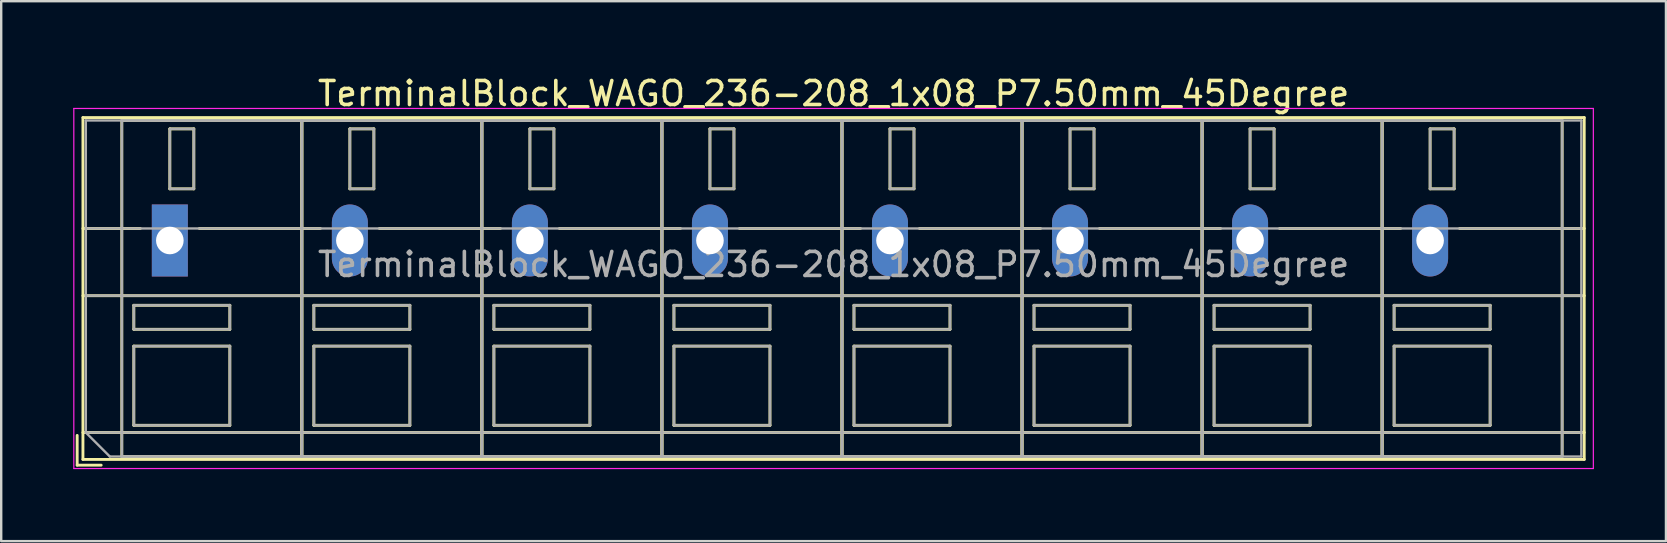
<source format=kicad_pcb>
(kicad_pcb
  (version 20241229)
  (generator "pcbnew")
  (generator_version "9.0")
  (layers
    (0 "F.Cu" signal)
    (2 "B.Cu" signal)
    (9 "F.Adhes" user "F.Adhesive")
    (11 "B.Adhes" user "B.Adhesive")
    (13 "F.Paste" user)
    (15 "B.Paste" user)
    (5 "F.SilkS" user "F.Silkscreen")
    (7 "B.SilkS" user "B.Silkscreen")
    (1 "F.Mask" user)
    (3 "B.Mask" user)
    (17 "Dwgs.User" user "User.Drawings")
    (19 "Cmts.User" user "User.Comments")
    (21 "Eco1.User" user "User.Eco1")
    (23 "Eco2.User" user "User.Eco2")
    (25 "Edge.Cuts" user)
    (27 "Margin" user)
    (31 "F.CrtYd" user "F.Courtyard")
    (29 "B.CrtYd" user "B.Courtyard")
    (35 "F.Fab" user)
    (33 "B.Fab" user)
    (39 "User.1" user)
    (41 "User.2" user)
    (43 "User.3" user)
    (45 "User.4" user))
  (footprint "TerminalBlock_WAGO_236-208_1x08_P7.50mm_45Degree"
    (layer "F.Cu")
    (at 4.025 6.968)
    (property "Reference" "TerminalBlock_WAGO_236-208_1x08_P7.50mm_45Degree" (at 27.65 -6.12 0) (layer "F.SilkS") (effects (font (size 1 1) (thickness 0.15))))
    (attr through_hole)
    (fp_line (start -3.86 8.12) (end -3.86 9.36) (stroke (width 0.12) (type solid)) (layer "F.SilkS"))
    (fp_line (start -3.86 9.36) (end -2.86 9.36) (stroke (width 0.12) (type solid)) (layer "F.SilkS"))
    (fp_line (start -3.62 -5.12) (end -3.62 9.12) (stroke (width 0.12) (type solid)) (layer "F.SilkS"))
    (fp_line (start -3.62 -5.12) (end 58.92 -5.12) (stroke (width 0.12) (type solid)) (layer "F.SilkS"))
    (fp_line (start -3.62 -0.5) (end -1.23 -0.5) (stroke (width 0.12) (type solid)) (layer "F.SilkS"))
    (fp_line (start -3.62 2.3) (end 58.92 2.3) (stroke (width 0.12) (type solid)) (layer "F.SilkS"))
    (fp_line (start -3.62 8) (end 58.92 8) (stroke (width 0.12) (type solid)) (layer "F.SilkS"))
    (fp_line (start -3.62 9.12) (end 58.92 9.12) (stroke (width 0.12) (type solid)) (layer "F.SilkS"))
    (fp_line (start -2 -5) (end -2 9) (stroke (width 0.12) (type solid)) (layer "F.SilkS"))
    (fp_line (start -2 -5) (end 5.5 -5) (stroke (width 0.12) (type solid)) (layer "F.SilkS"))
    (fp_line (start -2 9) (end 5.5 9) (stroke (width 0.12) (type solid)) (layer "F.SilkS"))
    (fp_line (start -1.5 2.7) (end -1.5 3.7) (stroke (width 0.12) (type solid)) (layer "F.SilkS"))
    (fp_line (start -1.5 2.7) (end 2.5 2.7) (stroke (width 0.12) (type solid)) (layer "F.SilkS"))
    (fp_line (start -1.5 3.7) (end 2.5 3.7) (stroke (width 0.12) (type solid)) (layer "F.SilkS"))
    (fp_line (start -1.5 4.4) (end -1.5 7.7) (stroke (width 0.12) (type solid)) (layer "F.SilkS"))
    (fp_line (start -1.5 4.4) (end 2.5 4.4) (stroke (width 0.12) (type solid)) (layer "F.SilkS"))
    (fp_line (start -1.5 7.7) (end 2.5 7.7) (stroke (width 0.12) (type solid)) (layer "F.SilkS"))
    (fp_line (start 0 -4.65) (end 0 -2.151) (stroke (width 0.12) (type solid)) (layer "F.SilkS"))
    (fp_line (start 0 -4.65) (end 1 -4.65) (stroke (width 0.12) (type solid)) (layer "F.SilkS"))
    (fp_line (start 0 -2.151) (end 1 -2.151) (stroke (width 0.12) (type solid)) (layer "F.SilkS"))
    (fp_line (start 1 -4.65) (end 1 -2.151) (stroke (width 0.12) (type solid)) (layer "F.SilkS"))
    (fp_line (start 1.23 -0.5) (end 6.27 -0.5) (stroke (width 0.12) (type solid)) (layer "F.SilkS"))
    (fp_line (start 2.5 2.7) (end 2.5 3.7) (stroke (width 0.12) (type solid)) (layer "F.SilkS"))
    (fp_line (start 2.5 4.4) (end 2.5 7.7) (stroke (width 0.12) (type solid)) (layer "F.SilkS"))
    (fp_line (start 5.5 -5) (end 5.5 9) (stroke (width 0.12) (type solid)) (layer "F.SilkS"))
    (fp_line (start 5.5 -5) (end 5.5 9) (stroke (width 0.12) (type solid)) (layer "F.SilkS"))
    (fp_line (start 5.5 -5) (end 13 -5) (stroke (width 0.12) (type solid)) (layer "F.SilkS"))
    (fp_line (start 5.5 9) (end 13 9) (stroke (width 0.12) (type solid)) (layer "F.SilkS"))
    (fp_line (start 6 2.7) (end 6 3.7) (stroke (width 0.12) (type solid)) (layer "F.SilkS"))
    (fp_line (start 6 2.7) (end 10 2.7) (stroke (width 0.12) (type solid)) (layer "F.SilkS"))
    (fp_line (start 6 3.7) (end 10 3.7) (stroke (width 0.12) (type solid)) (layer "F.SilkS"))
    (fp_line (start 6 4.4) (end 6 7.7) (stroke (width 0.12) (type solid)) (layer "F.SilkS"))
    (fp_line (start 6 4.4) (end 10 4.4) (stroke (width 0.12) (type solid)) (layer "F.SilkS"))
    (fp_line (start 6 7.7) (end 10 7.7) (stroke (width 0.12) (type solid)) (layer "F.SilkS"))
    (fp_line (start 7.5 -4.65) (end 7.5 -2.151) (stroke (width 0.12) (type solid)) (layer "F.SilkS"))
    (fp_line (start 7.5 -4.65) (end 8.5 -4.65) (stroke (width 0.12) (type solid)) (layer "F.SilkS"))
    (fp_line (start 7.5 -2.151) (end 8.5 -2.151) (stroke (width 0.12) (type solid)) (layer "F.SilkS"))
    (fp_line (start 8.5 -4.65) (end 8.5 -2.151) (stroke (width 0.12) (type solid)) (layer "F.SilkS"))
    (fp_line (start 8.73 -0.5) (end 13.77 -0.5) (stroke (width 0.12) (type solid)) (layer "F.SilkS"))
    (fp_line (start 10 2.7) (end 10 3.7) (stroke (width 0.12) (type solid)) (layer "F.SilkS"))
    (fp_line (start 10 4.4) (end 10 7.7) (stroke (width 0.12) (type solid)) (layer "F.SilkS"))
    (fp_line (start 13 -5) (end 13 9) (stroke (width 0.12) (type solid)) (layer "F.SilkS"))
    (fp_line (start 13 -5) (end 13 9) (stroke (width 0.12) (type solid)) (layer "F.SilkS"))
    (fp_line (start 13 -5) (end 20.5 -5) (stroke (width 0.12) (type solid)) (layer "F.SilkS"))
    (fp_line (start 13 9) (end 20.5 9) (stroke (width 0.12) (type solid)) (layer "F.SilkS"))
    (fp_line (start 13.5 2.7) (end 13.5 3.7) (stroke (width 0.12) (type solid)) (layer "F.SilkS"))
    (fp_line (start 13.5 2.7) (end 17.5 2.7) (stroke (width 0.12) (type solid)) (layer "F.SilkS"))
    (fp_line (start 13.5 3.7) (end 17.5 3.7) (stroke (width 0.12) (type solid)) (layer "F.SilkS"))
    (fp_line (start 13.5 4.4) (end 13.5 7.7) (stroke (width 0.12) (type solid)) (layer "F.SilkS"))
    (fp_line (start 13.5 4.4) (end 17.5 4.4) (stroke (width 0.12) (type solid)) (layer "F.SilkS"))
    (fp_line (start 13.5 7.7) (end 17.5 7.7) (stroke (width 0.12) (type solid)) (layer "F.SilkS"))
    (fp_line (start 15 -4.65) (end 15 -2.151) (stroke (width 0.12) (type solid)) (layer "F.SilkS"))
    (fp_line (start 15 -4.65) (end 16 -4.65) (stroke (width 0.12) (type solid)) (layer "F.SilkS"))
    (fp_line (start 15 -2.151) (end 16 -2.151) (stroke (width 0.12) (type solid)) (layer "F.SilkS"))
    (fp_line (start 16 -4.65) (end 16 -2.151) (stroke (width 0.12) (type solid)) (layer "F.SilkS"))
    (fp_line (start 16.23 -0.5) (end 21.27 -0.5) (stroke (width 0.12) (type solid)) (layer "F.SilkS"))
    (fp_line (start 17.5 2.7) (end 17.5 3.7) (stroke (width 0.12) (type solid)) (layer "F.SilkS"))
    (fp_line (start 17.5 4.4) (end 17.5 7.7) (stroke (width 0.12) (type solid)) (layer "F.SilkS"))
    (fp_line (start 20.5 -5) (end 20.5 9) (stroke (width 0.12) (type solid)) (layer "F.SilkS"))
    (fp_line (start 20.5 -5) (end 20.5 9) (stroke (width 0.12) (type solid)) (layer "F.SilkS"))
    (fp_line (start 20.5 -5) (end 28 -5) (stroke (width 0.12) (type solid)) (layer "F.SilkS"))
    (fp_line (start 20.5 9) (end 28 9) (stroke (width 0.12) (type solid)) (layer "F.SilkS"))
    (fp_line (start 21 2.7) (end 21 3.7) (stroke (width 0.12) (type solid)) (layer "F.SilkS"))
    (fp_line (start 21 2.7) (end 25 2.7) (stroke (width 0.12) (type solid)) (layer "F.SilkS"))
    (fp_line (start 21 3.7) (end 25 3.7) (stroke (width 0.12) (type solid)) (layer "F.SilkS"))
    (fp_line (start 21 4.4) (end 21 7.7) (stroke (width 0.12) (type solid)) (layer "F.SilkS"))
    (fp_line (start 21 4.4) (end 25 4.4) (stroke (width 0.12) (type solid)) (layer "F.SilkS"))
    (fp_line (start 21 7.7) (end 25 7.7) (stroke (width 0.12) (type solid)) (layer "F.SilkS"))
    (fp_line (start 22.5 -4.65) (end 22.5 -2.151) (stroke (width 0.12) (type solid)) (layer "F.SilkS"))
    (fp_line (start 22.5 -4.65) (end 23.5 -4.65) (stroke (width 0.12) (type solid)) (layer "F.SilkS"))
    (fp_line (start 22.5 -2.151) (end 23.5 -2.151) (stroke (width 0.12) (type solid)) (layer "F.SilkS"))
    (fp_line (start 23.5 -4.65) (end 23.5 -2.151) (stroke (width 0.12) (type solid)) (layer "F.SilkS"))
    (fp_line (start 23.73 -0.5) (end 28.77 -0.5) (stroke (width 0.12) (type solid)) (layer "F.SilkS"))
    (fp_line (start 25 2.7) (end 25 3.7) (stroke (width 0.12) (type solid)) (layer "F.SilkS"))
    (fp_line (start 25 4.4) (end 25 7.7) (stroke (width 0.12) (type solid)) (layer "F.SilkS"))
    (fp_line (start 28 -5) (end 28 9) (stroke (width 0.12) (type solid)) (layer "F.SilkS"))
    (fp_line (start 28 -5) (end 28 9) (stroke (width 0.12) (type solid)) (layer "F.SilkS"))
    (fp_line (start 28 -5) (end 35.5 -5) (stroke (width 0.12) (type solid)) (layer "F.SilkS"))
    (fp_line (start 28 9) (end 35.5 9) (stroke (width 0.12) (type solid)) (layer "F.SilkS"))
    (fp_line (start 28.5 2.7) (end 28.5 3.7) (stroke (width 0.12) (type solid)) (layer "F.SilkS"))
    (fp_line (start 28.5 2.7) (end 32.5 2.7) (stroke (width 0.12) (type solid)) (layer "F.SilkS"))
    (fp_line (start 28.5 3.7) (end 32.5 3.7) (stroke (width 0.12) (type solid)) (layer "F.SilkS"))
    (fp_line (start 28.5 4.4) (end 28.5 7.7) (stroke (width 0.12) (type solid)) (layer "F.SilkS"))
    (fp_line (start 28.5 4.4) (end 32.5 4.4) (stroke (width 0.12) (type solid)) (layer "F.SilkS"))
    (fp_line (start 28.5 7.7) (end 32.5 7.7) (stroke (width 0.12) (type solid)) (layer "F.SilkS"))
    (fp_line (start 30 -4.65) (end 30 -2.151) (stroke (width 0.12) (type solid)) (layer "F.SilkS"))
    (fp_line (start 30 -4.65) (end 31 -4.65) (stroke (width 0.12) (type solid)) (layer "F.SilkS"))
    (fp_line (start 30 -2.151) (end 31 -2.151) (stroke (width 0.12) (type solid)) (layer "F.SilkS"))
    (fp_line (start 31 -4.65) (end 31 -2.151) (stroke (width 0.12) (type solid)) (layer "F.SilkS"))
    (fp_line (start 31.23 -0.5) (end 36.27 -0.5) (stroke (width 0.12) (type solid)) (layer "F.SilkS"))
    (fp_line (start 32.5 2.7) (end 32.5 3.7) (stroke (width 0.12) (type solid)) (layer "F.SilkS"))
    (fp_line (start 32.5 4.4) (end 32.5 7.7) (stroke (width 0.12) (type solid)) (layer "F.SilkS"))
    (fp_line (start 35.5 -5) (end 35.5 9) (stroke (width 0.12) (type solid)) (layer "F.SilkS"))
    (fp_line (start 35.5 -5) (end 35.5 9) (stroke (width 0.12) (type solid)) (layer "F.SilkS"))
    (fp_line (start 35.5 -5) (end 43 -5) (stroke (width 0.12) (type solid)) (layer "F.SilkS"))
    (fp_line (start 35.5 9) (end 43 9) (stroke (width 0.12) (type solid)) (layer "F.SilkS"))
    (fp_line (start 36 2.7) (end 36 3.7) (stroke (width 0.12) (type solid)) (layer "F.SilkS"))
    (fp_line (start 36 2.7) (end 40 2.7) (stroke (width 0.12) (type solid)) (layer "F.SilkS"))
    (fp_line (start 36 3.7) (end 40 3.7) (stroke (width 0.12) (type solid)) (layer "F.SilkS"))
    (fp_line (start 36 4.4) (end 36 7.7) (stroke (width 0.12) (type solid)) (layer "F.SilkS"))
    (fp_line (start 36 4.4) (end 40 4.4) (stroke (width 0.12) (type solid)) (layer "F.SilkS"))
    (fp_line (start 36 7.7) (end 40 7.7) (stroke (width 0.12) (type solid)) (layer "F.SilkS"))
    (fp_line (start 37.5 -4.65) (end 37.5 -2.151) (stroke (width 0.12) (type solid)) (layer "F.SilkS"))
    (fp_line (start 37.5 -4.65) (end 38.5 -4.65) (stroke (width 0.12) (type solid)) (layer "F.SilkS"))
    (fp_line (start 37.5 -2.151) (end 38.5 -2.151) (stroke (width 0.12) (type solid)) (layer "F.SilkS"))
    (fp_line (start 38.5 -4.65) (end 38.5 -2.151) (stroke (width 0.12) (type solid)) (layer "F.SilkS"))
    (fp_line (start 38.73 -0.5) (end 43.77 -0.5) (stroke (width 0.12) (type solid)) (layer "F.SilkS"))
    (fp_line (start 40 2.7) (end 40 3.7) (stroke (width 0.12) (type solid)) (layer "F.SilkS"))
    (fp_line (start 40 4.4) (end 40 7.7) (stroke (width 0.12) (type solid)) (layer "F.SilkS"))
    (fp_line (start 43 -5) (end 43 9) (stroke (width 0.12) (type solid)) (layer "F.SilkS"))
    (fp_line (start 43 -5) (end 43 9) (stroke (width 0.12) (type solid)) (layer "F.SilkS"))
    (fp_line (start 43 -5) (end 50.5 -5) (stroke (width 0.12) (type solid)) (layer "F.SilkS"))
    (fp_line (start 43 9) (end 50.5 9) (stroke (width 0.12) (type solid)) (layer "F.SilkS"))
    (fp_line (start 43.5 2.7) (end 43.5 3.7) (stroke (width 0.12) (type solid)) (layer "F.SilkS"))
    (fp_line (start 43.5 2.7) (end 47.5 2.7) (stroke (width 0.12) (type solid)) (layer "F.SilkS"))
    (fp_line (start 43.5 3.7) (end 47.5 3.7) (stroke (width 0.12) (type solid)) (layer "F.SilkS"))
    (fp_line (start 43.5 4.4) (end 43.5 7.7) (stroke (width 0.12) (type solid)) (layer "F.SilkS"))
    (fp_line (start 43.5 4.4) (end 47.5 4.4) (stroke (width 0.12) (type solid)) (layer "F.SilkS"))
    (fp_line (start 43.5 7.7) (end 47.5 7.7) (stroke (width 0.12) (type solid)) (layer "F.SilkS"))
    (fp_line (start 45 -4.65) (end 45 -2.151) (stroke (width 0.12) (type solid)) (layer "F.SilkS"))
    (fp_line (start 45 -4.65) (end 46 -4.65) (stroke (width 0.12) (type solid)) (layer "F.SilkS"))
    (fp_line (start 45 -2.151) (end 46 -2.151) (stroke (width 0.12) (type solid)) (layer "F.SilkS"))
    (fp_line (start 46 -4.65) (end 46 -2.151) (stroke (width 0.12) (type solid)) (layer "F.SilkS"))
    (fp_line (start 46.23 -0.5) (end 51.27 -0.5) (stroke (width 0.12) (type solid)) (layer "F.SilkS"))
    (fp_line (start 47.5 2.7) (end 47.5 3.7) (stroke (width 0.12) (type solid)) (layer "F.SilkS"))
    (fp_line (start 47.5 4.4) (end 47.5 7.7) (stroke (width 0.12) (type solid)) (layer "F.SilkS"))
    (fp_line (start 50.5 -5) (end 50.5 9) (stroke (width 0.12) (type solid)) (layer "F.SilkS"))
    (fp_line (start 50.5 -5) (end 50.5 9) (stroke (width 0.12) (type solid)) (layer "F.SilkS"))
    (fp_line (start 50.5 -5) (end 58 -5) (stroke (width 0.12) (type solid)) (layer "F.SilkS"))
    (fp_line (start 50.5 9) (end 58 9) (stroke (width 0.12) (type solid)) (layer "F.SilkS"))
    (fp_line (start 51 2.7) (end 51 3.7) (stroke (width 0.12) (type solid)) (layer "F.SilkS"))
    (fp_line (start 51 2.7) (end 55 2.7) (stroke (width 0.12) (type solid)) (layer "F.SilkS"))
    (fp_line (start 51 3.7) (end 55 3.7) (stroke (width 0.12) (type solid)) (layer "F.SilkS"))
    (fp_line (start 51 4.4) (end 51 7.7) (stroke (width 0.12) (type solid)) (layer "F.SilkS"))
    (fp_line (start 51 4.4) (end 55 4.4) (stroke (width 0.12) (type solid)) (layer "F.SilkS"))
    (fp_line (start 51 7.7) (end 55 7.7) (stroke (width 0.12) (type solid)) (layer "F.SilkS"))
    (fp_line (start 52.5 -4.65) (end 52.5 -2.151) (stroke (width 0.12) (type solid)) (layer "F.SilkS"))
    (fp_line (start 52.5 -4.65) (end 53.5 -4.65) (stroke (width 0.12) (type solid)) (layer "F.SilkS"))
    (fp_line (start 52.5 -2.151) (end 53.5 -2.151) (stroke (width 0.12) (type solid)) (layer "F.SilkS"))
    (fp_line (start 53.5 -4.65) (end 53.5 -2.151) (stroke (width 0.12) (type solid)) (layer "F.SilkS"))
    (fp_line (start 53.73 -0.5) (end 58.92 -0.5) (stroke (width 0.12) (type solid)) (layer "F.SilkS"))
    (fp_line (start 55 2.7) (end 55 3.7) (stroke (width 0.12) (type solid)) (layer "F.SilkS"))
    (fp_line (start 55 4.4) (end 55 7.7) (stroke (width 0.12) (type solid)) (layer "F.SilkS"))
    (fp_line (start 58 -5) (end 58 9) (stroke (width 0.12) (type solid)) (layer "F.SilkS"))
    (fp_line (start 58.92 -5.12) (end 58.92 9.12) (stroke (width 0.12) (type solid)) (layer "F.SilkS"))
    (fp_line (start -4 -5.5) (end -4 9.5) (stroke (width 0.05) (type solid)) (layer "F.CrtYd"))
    (fp_line (start -4 9.5) (end 59.3 9.5) (stroke (width 0.05) (type solid)) (layer "F.CrtYd"))
    (fp_line (start 59.3 -5.5) (end -4 -5.5) (stroke (width 0.05) (type solid)) (layer "F.CrtYd"))
    (fp_line (start 59.3 9.5) (end 59.3 -5.5) (stroke (width 0.05) (type solid)) (layer "F.CrtYd"))
    (fp_line (start -3.5 -5) (end 58.8 -5) (stroke (width 0.1) (type solid)) (layer "F.Fab"))
    (fp_line (start -3.5 -0.5) (end 58.8 -0.5) (stroke (width 0.1) (type solid)) (layer "F.Fab"))
    (fp_line (start -3.5 2.3) (end 58.8 2.3) (stroke (width 0.1) (type solid)) (layer "F.Fab"))
    (fp_line (start -3.5 8) (end -3.5 -5) (stroke (width 0.1) (type solid)) (layer "F.Fab"))
    (fp_line (start -3.5 8) (end 58.8 8) (stroke (width 0.1) (type solid)) (layer "F.Fab"))
    (fp_line (start -2.5 9) (end -3.5 8) (stroke (width 0.1) (type solid)) (layer "F.Fab"))
    (fp_line (start -2 -5) (end -2 9) (stroke (width 0.1) (type solid)) (layer "F.Fab"))
    (fp_line (start -2 9) (end 5.5 9) (stroke (width 0.1) (type solid)) (layer "F.Fab"))
    (fp_line (start -1.5 2.7) (end -1.5 3.7) (stroke (width 0.1) (type solid)) (layer "F.Fab"))
    (fp_line (start -1.5 3.7) (end 2.5 3.7) (stroke (width 0.1) (type solid)) (layer "F.Fab"))
    (fp_line (start -1.5 4.4) (end -1.5 7.7) (stroke (width 0.1) (type solid)) (layer "F.Fab"))
    (fp_line (start -1.5 7.7) (end 2.5 7.7) (stroke (width 0.1) (type solid)) (layer "F.Fab"))
    (fp_line (start 0 -4.65) (end 0 -2.15) (stroke (width 0.1) (type solid)) (layer "F.Fab"))
    (fp_line (start 0 -2.15) (end 1 -2.15) (stroke (width 0.1) (type solid)) (layer "F.Fab"))
    (fp_line (start 1 -4.65) (end 0 -4.65) (stroke (width 0.1) (type solid)) (layer "F.Fab"))
    (fp_line (start 1 -2.15) (end 1 -4.65) (stroke (width 0.1) (type solid)) (layer "F.Fab"))
    (fp_line (start 2.5 2.7) (end -1.5 2.7) (stroke (width 0.1) (type solid)) (layer "F.Fab"))
    (fp_line (start 2.5 3.7) (end 2.5 2.7) (stroke (width 0.1) (type solid)) (layer "F.Fab"))
    (fp_line (start 2.5 4.4) (end -1.5 4.4) (stroke (width 0.1) (type solid)) (layer "F.Fab"))
    (fp_line (start 2.5 7.7) (end 2.5 4.4) (stroke (width 0.1) (type solid)) (layer "F.Fab"))
    (fp_line (start 5.5 -5) (end -2 -5) (stroke (width 0.1) (type solid)) (layer "F.Fab"))
    (fp_line (start 5.5 -5) (end 5.5 9) (stroke (width 0.1) (type solid)) (layer "F.Fab"))
    (fp_line (start 5.5 9) (end 5.5 -5) (stroke (width 0.1) (type solid)) (layer "F.Fab"))
    (fp_line (start 5.5 9) (end 13 9) (stroke (width 0.1) (type solid)) (layer "F.Fab"))
    (fp_line (start 6 2.7) (end 6 3.7) (stroke (width 0.1) (type solid)) (layer "F.Fab"))
    (fp_line (start 6 3.7) (end 10 3.7) (stroke (width 0.1) (type solid)) (layer "F.Fab"))
    (fp_line (start 6 4.4) (end 6 7.7) (stroke (width 0.1) (type solid)) (layer "F.Fab"))
    (fp_line (start 6 7.7) (end 10 7.7) (stroke (width 0.1) (type solid)) (layer "F.Fab"))
    (fp_line (start 7.5 -4.65) (end 7.5 -2.15) (stroke (width 0.1) (type solid)) (layer "F.Fab"))
    (fp_line (start 7.5 -2.15) (end 8.5 -2.15) (stroke (width 0.1) (type solid)) (layer "F.Fab"))
    (fp_line (start 8.5 -4.65) (end 7.5 -4.65) (stroke (width 0.1) (type solid)) (layer "F.Fab"))
    (fp_line (start 8.5 -2.15) (end 8.5 -4.65) (stroke (width 0.1) (type solid)) (layer "F.Fab"))
    (fp_line (start 10 2.7) (end 6 2.7) (stroke (width 0.1) (type solid)) (layer "F.Fab"))
    (fp_line (start 10 3.7) (end 10 2.7) (stroke (width 0.1) (type solid)) (layer "F.Fab"))
    (fp_line (start 10 4.4) (end 6 4.4) (stroke (width 0.1) (type solid)) (layer "F.Fab"))
    (fp_line (start 10 7.7) (end 10 4.4) (stroke (width 0.1) (type solid)) (layer "F.Fab"))
    (fp_line (start 13 -5) (end 5.5 -5) (stroke (width 0.1) (type solid)) (layer "F.Fab"))
    (fp_line (start 13 -5) (end 13 9) (stroke (width 0.1) (type solid)) (layer "F.Fab"))
    (fp_line (start 13 9) (end 13 -5) (stroke (width 0.1) (type solid)) (layer "F.Fab"))
    (fp_line (start 13 9) (end 20.5 9) (stroke (width 0.1) (type solid)) (layer "F.Fab"))
    (fp_line (start 13.5 2.7) (end 13.5 3.7) (stroke (width 0.1) (type solid)) (layer "F.Fab"))
    (fp_line (start 13.5 3.7) (end 17.5 3.7) (stroke (width 0.1) (type solid)) (layer "F.Fab"))
    (fp_line (start 13.5 4.4) (end 13.5 7.7) (stroke (width 0.1) (type solid)) (layer "F.Fab"))
    (fp_line (start 13.5 7.7) (end 17.5 7.7) (stroke (width 0.1) (type solid)) (layer "F.Fab"))
    (fp_line (start 15 -4.65) (end 15 -2.15) (stroke (width 0.1) (type solid)) (layer "F.Fab"))
    (fp_line (start 15 -2.15) (end 16 -2.15) (stroke (width 0.1) (type solid)) (layer "F.Fab"))
    (fp_line (start 16 -4.65) (end 15 -4.65) (stroke (width 0.1) (type solid)) (layer "F.Fab"))
    (fp_line (start 16 -2.15) (end 16 -4.65) (stroke (width 0.1) (type solid)) (layer "F.Fab"))
    (fp_line (start 17.5 2.7) (end 13.5 2.7) (stroke (width 0.1) (type solid)) (layer "F.Fab"))
    (fp_line (start 17.5 3.7) (end 17.5 2.7) (stroke (width 0.1) (type solid)) (layer "F.Fab"))
    (fp_line (start 17.5 4.4) (end 13.5 4.4) (stroke (width 0.1) (type solid)) (layer "F.Fab"))
    (fp_line (start 17.5 7.7) (end 17.5 4.4) (stroke (width 0.1) (type solid)) (layer "F.Fab"))
    (fp_line (start 20.5 -5) (end 13 -5) (stroke (width 0.1) (type solid)) (layer "F.Fab"))
    (fp_line (start 20.5 -5) (end 20.5 9) (stroke (width 0.1) (type solid)) (layer "F.Fab"))
    (fp_line (start 20.5 9) (end 20.5 -5) (stroke (width 0.1) (type solid)) (layer "F.Fab"))
    (fp_line (start 20.5 9) (end 28 9) (stroke (width 0.1) (type solid)) (layer "F.Fab"))
    (fp_line (start 21 2.7) (end 21 3.7) (stroke (width 0.1) (type solid)) (layer "F.Fab"))
    (fp_line (start 21 3.7) (end 25 3.7) (stroke (width 0.1) (type solid)) (layer "F.Fab"))
    (fp_line (start 21 4.4) (end 21 7.7) (stroke (width 0.1) (type solid)) (layer "F.Fab"))
    (fp_line (start 21 7.7) (end 25 7.7) (stroke (width 0.1) (type solid)) (layer "F.Fab"))
    (fp_line (start 22.5 -4.65) (end 22.5 -2.15) (stroke (width 0.1) (type solid)) (layer "F.Fab"))
    (fp_line (start 22.5 -2.15) (end 23.5 -2.15) (stroke (width 0.1) (type solid)) (layer "F.Fab"))
    (fp_line (start 23.5 -4.65) (end 22.5 -4.65) (stroke (width 0.1) (type solid)) (layer "F.Fab"))
    (fp_line (start 23.5 -2.15) (end 23.5 -4.65) (stroke (width 0.1) (type solid)) (layer "F.Fab"))
    (fp_line (start 25 2.7) (end 21 2.7) (stroke (width 0.1) (type solid)) (layer "F.Fab"))
    (fp_line (start 25 3.7) (end 25 2.7) (stroke (width 0.1) (type solid)) (layer "F.Fab"))
    (fp_line (start 25 4.4) (end 21 4.4) (stroke (width 0.1) (type solid)) (layer "F.Fab"))
    (fp_line (start 25 7.7) (end 25 4.4) (stroke (width 0.1) (type solid)) (layer "F.Fab"))
    (fp_line (start 28 -5) (end 20.5 -5) (stroke (width 0.1) (type solid)) (layer "F.Fab"))
    (fp_line (start 28 -5) (end 28 9) (stroke (width 0.1) (type solid)) (layer "F.Fab"))
    (fp_line (start 28 9) (end 28 -5) (stroke (width 0.1) (type solid)) (layer "F.Fab"))
    (fp_line (start 28 9) (end 35.5 9) (stroke (width 0.1) (type solid)) (layer "F.Fab"))
    (fp_line (start 28.5 2.7) (end 28.5 3.7) (stroke (width 0.1) (type solid)) (layer "F.Fab"))
    (fp_line (start 28.5 3.7) (end 32.5 3.7) (stroke (width 0.1) (type solid)) (layer "F.Fab"))
    (fp_line (start 28.5 4.4) (end 28.5 7.7) (stroke (width 0.1) (type solid)) (layer "F.Fab"))
    (fp_line (start 28.5 7.7) (end 32.5 7.7) (stroke (width 0.1) (type solid)) (layer "F.Fab"))
    (fp_line (start 30 -4.65) (end 30 -2.15) (stroke (width 0.1) (type solid)) (layer "F.Fab"))
    (fp_line (start 30 -2.15) (end 31 -2.15) (stroke (width 0.1) (type solid)) (layer "F.Fab"))
    (fp_line (start 31 -4.65) (end 30 -4.65) (stroke (width 0.1) (type solid)) (layer "F.Fab"))
    (fp_line (start 31 -2.15) (end 31 -4.65) (stroke (width 0.1) (type solid)) (layer "F.Fab"))
    (fp_line (start 32.5 2.7) (end 28.5 2.7) (stroke (width 0.1) (type solid)) (layer "F.Fab"))
    (fp_line (start 32.5 3.7) (end 32.5 2.7) (stroke (width 0.1) (type solid)) (layer "F.Fab"))
    (fp_line (start 32.5 4.4) (end 28.5 4.4) (stroke (width 0.1) (type solid)) (layer "F.Fab"))
    (fp_line (start 32.5 7.7) (end 32.5 4.4) (stroke (width 0.1) (type solid)) (layer "F.Fab"))
    (fp_line (start 35.5 -5) (end 28 -5) (stroke (width 0.1) (type solid)) (layer "F.Fab"))
    (fp_line (start 35.5 -5) (end 35.5 9) (stroke (width 0.1) (type solid)) (layer "F.Fab"))
    (fp_line (start 35.5 9) (end 35.5 -5) (stroke (width 0.1) (type solid)) (layer "F.Fab"))
    (fp_line (start 35.5 9) (end 43 9) (stroke (width 0.1) (type solid)) (layer "F.Fab"))
    (fp_line (start 36 2.7) (end 36 3.7) (stroke (width 0.1) (type solid)) (layer "F.Fab"))
    (fp_line (start 36 3.7) (end 40 3.7) (stroke (width 0.1) (type solid)) (layer "F.Fab"))
    (fp_line (start 36 4.4) (end 36 7.7) (stroke (width 0.1) (type solid)) (layer "F.Fab"))
    (fp_line (start 36 7.7) (end 40 7.7) (stroke (width 0.1) (type solid)) (layer "F.Fab"))
    (fp_line (start 37.5 -4.65) (end 37.5 -2.15) (stroke (width 0.1) (type solid)) (layer "F.Fab"))
    (fp_line (start 37.5 -2.15) (end 38.5 -2.15) (stroke (width 0.1) (type solid)) (layer "F.Fab"))
    (fp_line (start 38.5 -4.65) (end 37.5 -4.65) (stroke (width 0.1) (type solid)) (layer "F.Fab"))
    (fp_line (start 38.5 -2.15) (end 38.5 -4.65) (stroke (width 0.1) (type solid)) (layer "F.Fab"))
    (fp_line (start 40 2.7) (end 36 2.7) (stroke (width 0.1) (type solid)) (layer "F.Fab"))
    (fp_line (start 40 3.7) (end 40 2.7) (stroke (width 0.1) (type solid)) (layer "F.Fab"))
    (fp_line (start 40 4.4) (end 36 4.4) (stroke (width 0.1) (type solid)) (layer "F.Fab"))
    (fp_line (start 40 7.7) (end 40 4.4) (stroke (width 0.1) (type solid)) (layer "F.Fab"))
    (fp_line (start 43 -5) (end 35.5 -5) (stroke (width 0.1) (type solid)) (layer "F.Fab"))
    (fp_line (start 43 -5) (end 43 9) (stroke (width 0.1) (type solid)) (layer "F.Fab"))
    (fp_line (start 43 9) (end 43 -5) (stroke (width 0.1) (type solid)) (layer "F.Fab"))
    (fp_line (start 43 9) (end 50.5 9) (stroke (width 0.1) (type solid)) (layer "F.Fab"))
    (fp_line (start 43.5 2.7) (end 43.5 3.7) (stroke (width 0.1) (type solid)) (layer "F.Fab"))
    (fp_line (start 43.5 3.7) (end 47.5 3.7) (stroke (width 0.1) (type solid)) (layer "F.Fab"))
    (fp_line (start 43.5 4.4) (end 43.5 7.7) (stroke (width 0.1) (type solid)) (layer "F.Fab"))
    (fp_line (start 43.5 7.7) (end 47.5 7.7) (stroke (width 0.1) (type solid)) (layer "F.Fab"))
    (fp_line (start 45 -4.65) (end 45 -2.15) (stroke (width 0.1) (type solid)) (layer "F.Fab"))
    (fp_line (start 45 -2.15) (end 46 -2.15) (stroke (width 0.1) (type solid)) (layer "F.Fab"))
    (fp_line (start 46 -4.65) (end 45 -4.65) (stroke (width 0.1) (type solid)) (layer "F.Fab"))
    (fp_line (start 46 -2.15) (end 46 -4.65) (stroke (width 0.1) (type solid)) (layer "F.Fab"))
    (fp_line (start 47.5 2.7) (end 43.5 2.7) (stroke (width 0.1) (type solid)) (layer "F.Fab"))
    (fp_line (start 47.5 3.7) (end 47.5 2.7) (stroke (width 0.1) (type solid)) (layer "F.Fab"))
    (fp_line (start 47.5 4.4) (end 43.5 4.4) (stroke (width 0.1) (type solid)) (layer "F.Fab"))
    (fp_line (start 47.5 7.7) (end 47.5 4.4) (stroke (width 0.1) (type solid)) (layer "F.Fab"))
    (fp_line (start 50.5 -5) (end 43 -5) (stroke (width 0.1) (type solid)) (layer "F.Fab"))
    (fp_line (start 50.5 -5) (end 50.5 9) (stroke (width 0.1) (type solid)) (layer "F.Fab"))
    (fp_line (start 50.5 9) (end 50.5 -5) (stroke (width 0.1) (type solid)) (layer "F.Fab"))
    (fp_line (start 50.5 9) (end 58 9) (stroke (width 0.1) (type solid)) (layer "F.Fab"))
    (fp_line (start 51 2.7) (end 51 3.7) (stroke (width 0.1) (type solid)) (layer "F.Fab"))
    (fp_line (start 51 3.7) (end 55 3.7) (stroke (width 0.1) (type solid)) (layer "F.Fab"))
    (fp_line (start 51 4.4) (end 51 7.7) (stroke (width 0.1) (type solid)) (layer "F.Fab"))
    (fp_line (start 51 7.7) (end 55 7.7) (stroke (width 0.1) (type solid)) (layer "F.Fab"))
    (fp_line (start 52.5 -4.65) (end 52.5 -2.15) (stroke (width 0.1) (type solid)) (layer "F.Fab"))
    (fp_line (start 52.5 -2.15) (end 53.5 -2.15) (stroke (width 0.1) (type solid)) (layer "F.Fab"))
    (fp_line (start 53.5 -4.65) (end 52.5 -4.65) (stroke (width 0.1) (type solid)) (layer "F.Fab"))
    (fp_line (start 53.5 -2.15) (end 53.5 -4.65) (stroke (width 0.1) (type solid)) (layer "F.Fab"))
    (fp_line (start 55 2.7) (end 51 2.7) (stroke (width 0.1) (type solid)) (layer "F.Fab"))
    (fp_line (start 55 3.7) (end 55 2.7) (stroke (width 0.1) (type solid)) (layer "F.Fab"))
    (fp_line (start 55 4.4) (end 51 4.4) (stroke (width 0.1) (type solid)) (layer "F.Fab"))
    (fp_line (start 55 7.7) (end 55 4.4) (stroke (width 0.1) (type solid)) (layer "F.Fab"))
    (fp_line (start 58 -5) (end 50.5 -5) (stroke (width 0.1) (type solid)) (layer "F.Fab"))
    (fp_line (start 58 9) (end 58 -5) (stroke (width 0.1) (type solid)) (layer "F.Fab"))
    (fp_line (start 58.8 -5) (end 58.8 9) (stroke (width 0.1) (type solid)) (layer "F.Fab"))
    (fp_line (start 58.8 9) (end -2.5 9) (stroke (width 0.1) (type solid)) (layer "F.Fab"))
    (fp_text user "${REFERENCE}" (at 27.65 1 0) (layer "F.Fab") (effects (font (size 1 1) (thickness 0.15))))
    (pad "1" thru_hole rect (at 0 0) (size 1.5 3) (drill 1.15) (layers "*.Cu" "*.Mask"))
    (pad "2" thru_hole oval (at 7.5 0) (size 1.5 3) (drill 1.15) (layers "*.Cu" "*.Mask"))
    (pad "3" thru_hole oval (at 15 0) (size 1.5 3) (drill 1.15) (layers "*.Cu" "*.Mask"))
    (pad "4" thru_hole oval (at 22.5 0) (size 1.5 3) (drill 1.15) (layers "*.Cu" "*.Mask"))
    (pad "5" thru_hole oval (at 30 0) (size 1.5 3) (drill 1.15) (layers "*.Cu" "*.Mask"))
    (pad "6" thru_hole oval (at 37.5 0) (size 1.5 3) (drill 1.15) (layers "*.Cu" "*.Mask"))
    (pad "7" thru_hole oval (at 45 0) (size 1.5 3) (drill 1.15) (layers "*.Cu" "*.Mask"))
    (pad "8" thru_hole oval (at 52.5 0) (size 1.5 3) (drill 1.15) (layers "*.Cu" "*.Mask")))
  (gr_rect
    (start -3 -3)
    (end 66.35 19.493)
    (stroke (width 0.1) (type default))
    (fill no)
    (layer "Edge.Cuts")))
</source>
